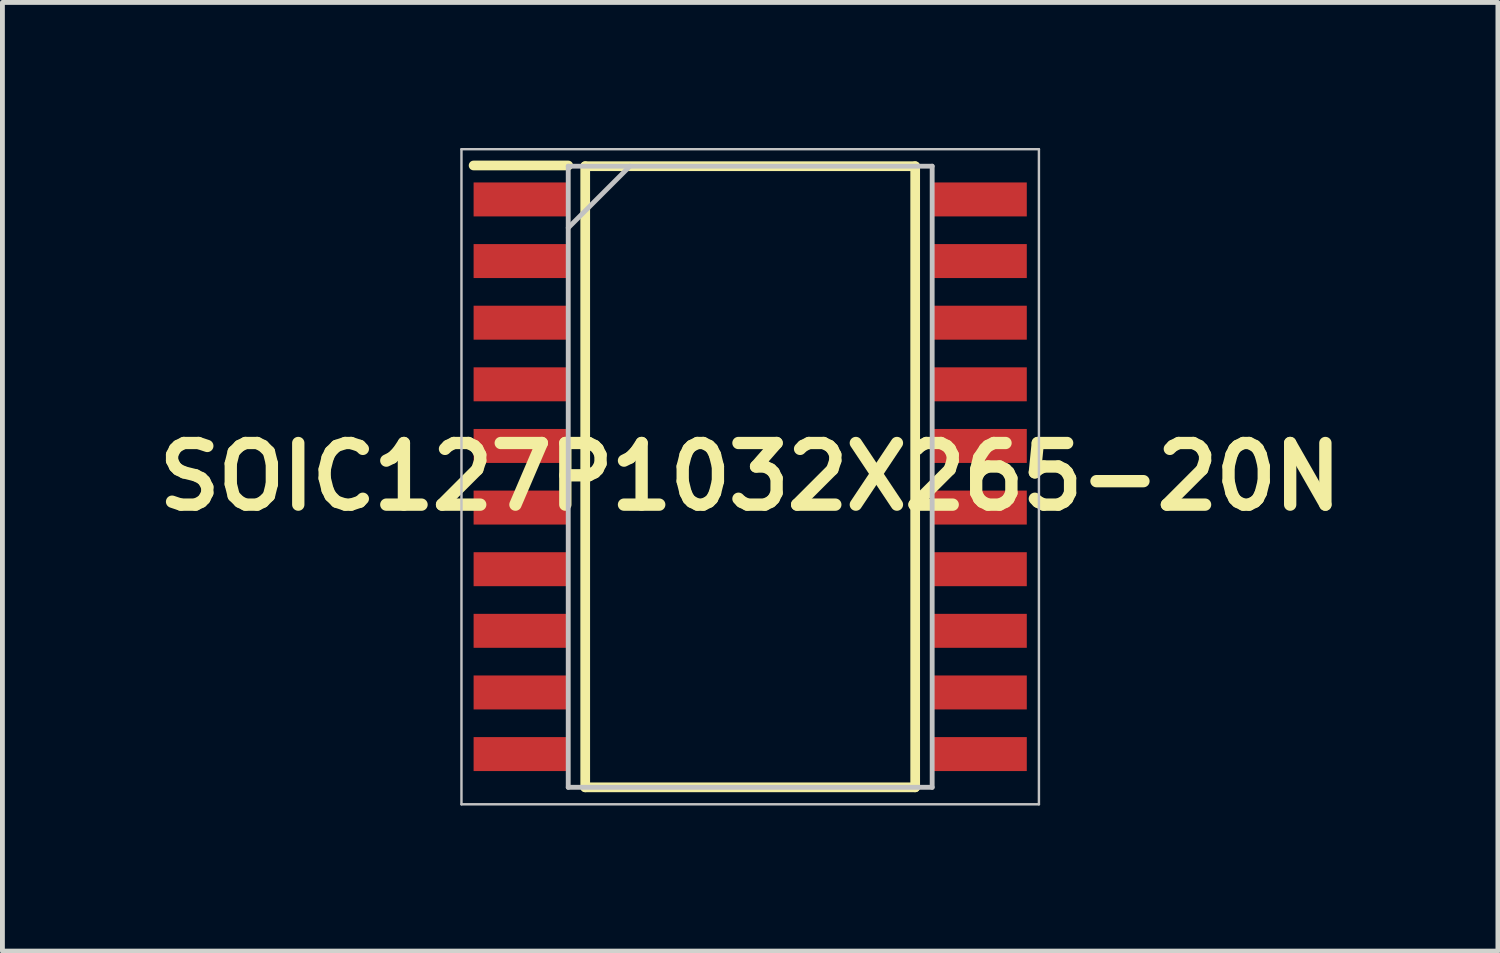
<source format=kicad_pcb>
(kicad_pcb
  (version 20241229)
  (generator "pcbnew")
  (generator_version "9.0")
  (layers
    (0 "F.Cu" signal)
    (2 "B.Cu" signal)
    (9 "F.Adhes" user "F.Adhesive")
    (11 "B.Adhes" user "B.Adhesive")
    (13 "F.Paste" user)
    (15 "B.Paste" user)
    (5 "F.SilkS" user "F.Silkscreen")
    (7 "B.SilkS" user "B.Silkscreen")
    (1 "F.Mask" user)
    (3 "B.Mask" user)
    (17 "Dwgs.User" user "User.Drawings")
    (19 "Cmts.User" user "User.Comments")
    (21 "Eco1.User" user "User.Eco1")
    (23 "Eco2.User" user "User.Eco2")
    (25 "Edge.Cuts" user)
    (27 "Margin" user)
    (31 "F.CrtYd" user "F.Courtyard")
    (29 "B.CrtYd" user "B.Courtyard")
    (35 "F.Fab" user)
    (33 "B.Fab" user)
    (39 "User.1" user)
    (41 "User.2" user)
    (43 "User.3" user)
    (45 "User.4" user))
  (footprint "SOIC127P1032X265-20N"
    (layer "F.Cu")
    (at 12.41 6.775)
    (property "Reference" "SOIC127P1032X265-20N" (at 0 0 0) (layer "F.SilkS") (effects (font (size 1.27 1.27) (thickness 0.254))))
    (attr smd)
    (fp_line (start -5.7 -6.415) (end -3.75 -6.415) (stroke (width 0.2) (type solid)) (layer "F.SilkS"))
    (fp_line (start -3.4 -6.4) (end 3.4 -6.4) (stroke (width 0.2) (type solid)) (layer "F.SilkS"))
    (fp_line (start -3.4 6.4) (end -3.4 -6.4) (stroke (width 0.2) (type solid)) (layer "F.SilkS"))
    (fp_line (start 3.4 -6.4) (end 3.4 6.4) (stroke (width 0.2) (type solid)) (layer "F.SilkS"))
    (fp_line (start 3.4 6.4) (end -3.4 6.4) (stroke (width 0.2) (type solid)) (layer "F.SilkS"))
    (fp_line (start -5.95 -6.75) (end 5.95 -6.75) (stroke (width 0.05) (type solid)) (layer "Dwgs.User"))
    (fp_line (start -5.95 6.75) (end -5.95 -6.75) (stroke (width 0.05) (type solid)) (layer "Dwgs.User"))
    (fp_line (start -3.75 -6.4) (end 3.75 -6.4) (stroke (width 0.1) (type solid)) (layer "Dwgs.User"))
    (fp_line (start -3.75 -5.13) (end -2.48 -6.4) (stroke (width 0.1) (type solid)) (layer "Dwgs.User"))
    (fp_line (start -3.75 6.4) (end -3.75 -6.4) (stroke (width 0.1) (type solid)) (layer "Dwgs.User"))
    (fp_line (start 3.75 -6.4) (end 3.75 6.4) (stroke (width 0.1) (type solid)) (layer "Dwgs.User"))
    (fp_line (start 3.75 6.4) (end -3.75 6.4) (stroke (width 0.1) (type solid)) (layer "Dwgs.User"))
    (fp_line (start 5.95 -6.75) (end 5.95 6.75) (stroke (width 0.05) (type solid)) (layer "Dwgs.User"))
    (fp_line (start 5.95 6.75) (end -5.95 6.75) (stroke (width 0.05) (type solid)) (layer "Dwgs.User"))
    (pad "1" smd rect (at -4.725 -5.715 90) (size 0.7 1.95) (layers "F.Cu" "F.Mask" "F.Paste"))
    (pad "2" smd rect (at -4.725 -4.445 90) (size 0.7 1.95) (layers "F.Cu" "F.Mask" "F.Paste"))
    (pad "3" smd rect (at -4.725 -3.175 90) (size 0.7 1.95) (layers "F.Cu" "F.Mask" "F.Paste"))
    (pad "4" smd rect (at -4.725 -1.905 90) (size 0.7 1.95) (layers "F.Cu" "F.Mask" "F.Paste"))
    (pad "5" smd rect (at -4.725 -0.635 90) (size 0.7 1.95) (layers "F.Cu" "F.Mask" "F.Paste"))
    (pad "6" smd rect (at -4.725 0.635 90) (size 0.7 1.95) (layers "F.Cu" "F.Mask" "F.Paste"))
    (pad "7" smd rect (at -4.725 1.905 90) (size 0.7 1.95) (layers "F.Cu" "F.Mask" "F.Paste"))
    (pad "8" smd rect (at -4.725 3.175 90) (size 0.7 1.95) (layers "F.Cu" "F.Mask" "F.Paste"))
    (pad "9" smd rect (at -4.725 4.445 90) (size 0.7 1.95) (layers "F.Cu" "F.Mask" "F.Paste"))
    (pad "10" smd rect (at -4.725 5.715 90) (size 0.7 1.95) (layers "F.Cu" "F.Mask" "F.Paste"))
    (pad "11" smd rect (at 4.725 5.715 90) (size 0.7 1.95) (layers "F.Cu" "F.Mask" "F.Paste"))
    (pad "12" smd rect (at 4.725 4.445 90) (size 0.7 1.95) (layers "F.Cu" "F.Mask" "F.Paste"))
    (pad "13" smd rect (at 4.725 3.175 90) (size 0.7 1.95) (layers "F.Cu" "F.Mask" "F.Paste"))
    (pad "14" smd rect (at 4.725 1.905 90) (size 0.7 1.95) (layers "F.Cu" "F.Mask" "F.Paste"))
    (pad "15" smd rect (at 4.725 0.635 90) (size 0.7 1.95) (layers "F.Cu" "F.Mask" "F.Paste"))
    (pad "16" smd rect (at 4.725 -0.635 90) (size 0.7 1.95) (layers "F.Cu" "F.Mask" "F.Paste"))
    (pad "17" smd rect (at 4.725 -1.905 90) (size 0.7 1.95) (layers "F.Cu" "F.Mask" "F.Paste"))
    (pad "18" smd rect (at 4.725 -3.175 90) (size 0.7 1.95) (layers "F.Cu" "F.Mask" "F.Paste"))
    (pad "19" smd rect (at 4.725 -4.445 90) (size 0.7 1.95) (layers "F.Cu" "F.Mask" "F.Paste"))
    (pad "20" smd rect (at 4.725 -5.715 90) (size 0.7 1.95) (layers "F.Cu" "F.Mask" "F.Paste")))
  (gr_rect
    (start -3 -3)
    (end 27.819 16.55)
    (stroke (width 0.1) (type default))
    (fill no)
    (layer "Edge.Cuts")))
</source>
